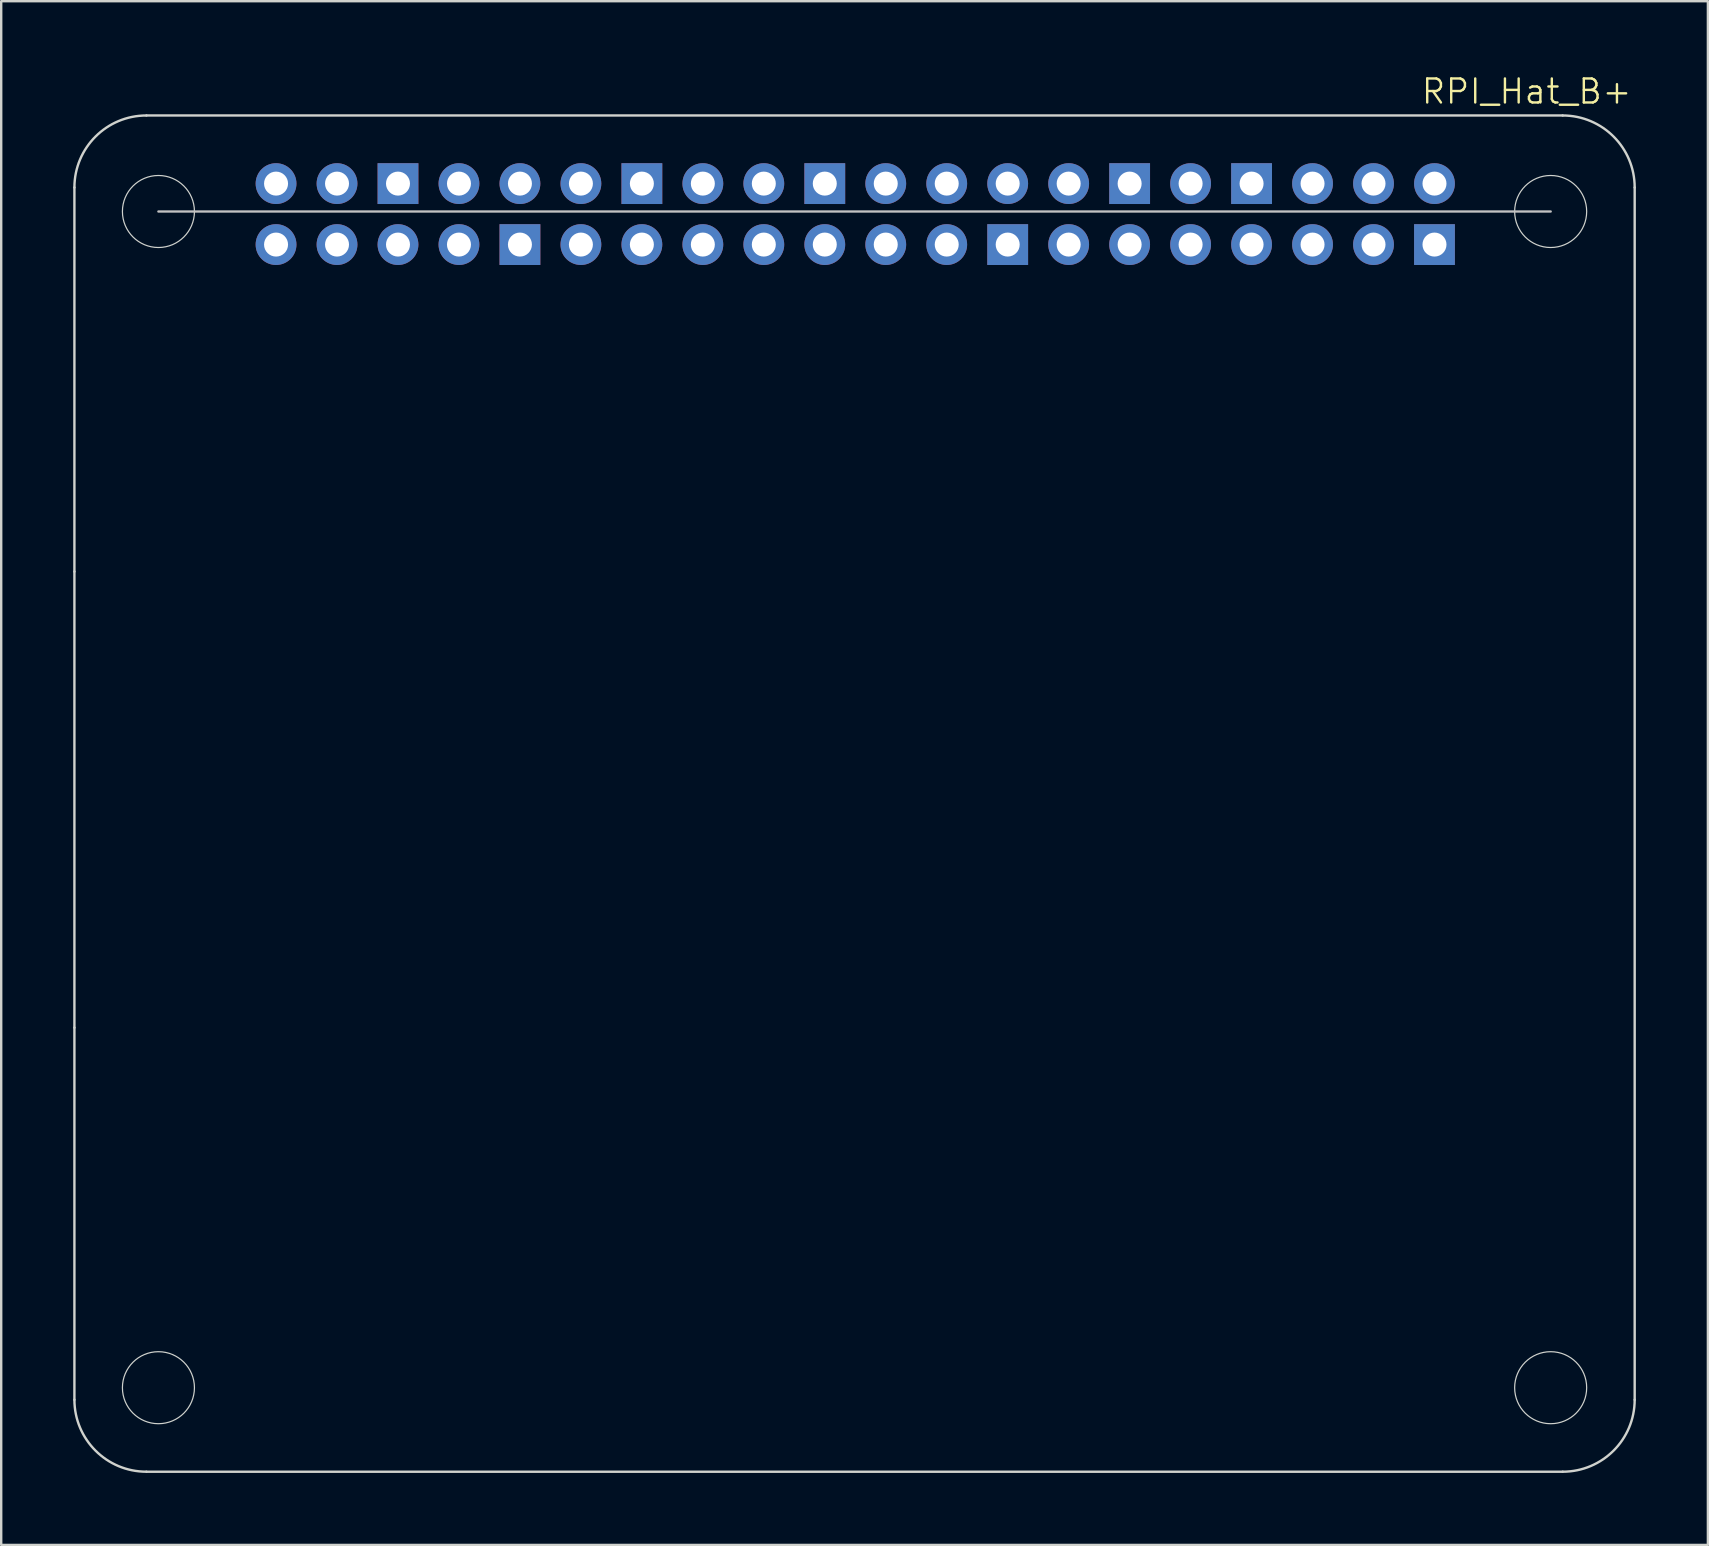
<source format=kicad_pcb>
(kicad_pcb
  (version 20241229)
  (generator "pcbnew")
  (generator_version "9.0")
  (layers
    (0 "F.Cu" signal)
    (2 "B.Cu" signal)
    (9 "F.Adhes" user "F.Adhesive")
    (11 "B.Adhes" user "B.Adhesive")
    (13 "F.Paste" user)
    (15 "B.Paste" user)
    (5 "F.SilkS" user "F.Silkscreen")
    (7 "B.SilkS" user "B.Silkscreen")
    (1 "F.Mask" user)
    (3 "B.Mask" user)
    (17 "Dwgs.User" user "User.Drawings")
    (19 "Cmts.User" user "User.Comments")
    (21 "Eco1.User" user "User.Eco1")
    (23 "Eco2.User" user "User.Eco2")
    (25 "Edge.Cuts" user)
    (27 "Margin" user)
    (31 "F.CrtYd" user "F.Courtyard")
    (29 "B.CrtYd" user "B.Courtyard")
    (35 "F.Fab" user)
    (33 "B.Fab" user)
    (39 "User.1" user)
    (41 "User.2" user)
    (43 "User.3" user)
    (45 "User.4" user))
  (footprint "RPI_Hat_B+"
    (layer "F.Cu")
    (at 32.55 5.761)
    (property "Reference" "RPI_Hat_B+" (at 28 -5 0) (unlocked yes) (layer "F.SilkS") (effects (font (size 1 1) (thickness 0.1))))
    (attr through_hole)
    (fp_line (start -29 0) (end 29 0) (stroke (width 0.1) (type default)) (layer "Dwgs.User"))
    (fp_line (start -32.5 -1) (end -32.5 15) (stroke (width 0.1) (type solid)) (layer "Edge.Cuts"))
    (fp_line (start -32.5 15) (end -32.5 34) (stroke (width 0.1) (type default)) (layer "Edge.Cuts"))
    (fp_line (start -32.5 34) (end -32.5 49.5) (stroke (width 0.1) (type solid)) (layer "Edge.Cuts"))
    (fp_line (start -29.5 -4) (end 29.5 -4) (stroke (width 0.1) (type solid)) (layer "Edge.Cuts"))
    (fp_line (start -29.5 52.5) (end 29.5 52.5) (stroke (width 0.1) (type solid)) (layer "Edge.Cuts"))
    (fp_line (start 32.5 -1) (end 32.5 49.5) (stroke (width 0.1) (type solid)) (layer "Edge.Cuts"))
    (fp_arc (start -32.5 -1) (mid -31.62132 -3.12132) (end -29.5 -4) (stroke (width 0.1) (type solid)) (layer "Edge.Cuts"))
    (fp_arc (start -29.5 52.5) (mid -31.62132 51.62132) (end -32.5 49.5) (stroke (width 0.1) (type solid)) (layer "Edge.Cuts"))
    (fp_arc (start 29.5 -4) (mid 31.62132 -3.12132) (end 32.5 -1) (stroke (width 0.1) (type solid)) (layer "Edge.Cuts"))
    (fp_arc (start 32.5 49.5) (mid 31.62132 51.62132) (end 29.5 52.5) (stroke (width 0.1) (type solid)) (layer "Edge.Cuts"))
    (fp_circle (center -29 0) (end -30.5 -0.000001) (stroke (width 0.05) (type default)) (fill no) (layer "Edge.Cuts"))
    (fp_circle (center -29 49) (end -30.5 49) (stroke (width 0.05) (type default)) (fill no) (layer "Edge.Cuts"))
    (fp_circle (center 29 0) (end 30.5 -0.000001) (stroke (width 0.05) (type default)) (fill no) (layer "Edge.Cuts"))
    (fp_circle (center 29 49) (end 30.5 49) (stroke (width 0.05) (type default)) (fill no) (layer "Edge.Cuts"))
    (pad "1" thru_hole circle (at -24.1 1.378 90) (size 1.7 1.7) (drill 1) (layers "*.Cu" "*.Mask"))
    (pad "2" thru_hole oval (at -24.1 -1.162 90) (size 1.7 1.7) (drill 1) (layers "*.Cu" "*.Mask"))
    (pad "3" thru_hole oval (at -21.56 1.378 90) (size 1.7 1.7) (drill 1) (layers "*.Cu" "*.Mask"))
    (pad "4" thru_hole oval (at -21.56 -1.162 90) (size 1.7 1.7) (drill 1) (layers "*.Cu" "*.Mask"))
    (pad "5" thru_hole oval (at -19.02 1.378 90) (size 1.7 1.7) (drill 1) (layers "*.Cu" "*.Mask"))
    (pad "6" thru_hole rect (at -19.02 -1.162 90) (size 1.7 1.7) (drill 1) (layers "*.Cu" "*.Mask"))
    (pad "7" thru_hole oval (at -16.48 1.378 90) (size 1.7 1.7) (drill 1) (layers "*.Cu" "*.Mask"))
    (pad "8" thru_hole oval (at -16.48 -1.162 90) (size 1.7 1.7) (drill 1) (layers "*.Cu" "*.Mask"))
    (pad "9" thru_hole rect (at -13.94 1.378 90) (size 1.7 1.7) (drill 1) (layers "*.Cu" "*.Mask"))
    (pad "10" thru_hole oval (at -13.94 -1.162 90) (size 1.7 1.7) (drill 1) (layers "*.Cu" "*.Mask"))
    (pad "11" thru_hole oval (at -11.4 1.378 90) (size 1.7 1.7) (drill 1) (layers "*.Cu" "*.Mask"))
    (pad "12" thru_hole oval (at -11.4 -1.162 90) (size 1.7 1.7) (drill 1) (layers "*.Cu" "*.Mask"))
    (pad "13" thru_hole oval (at -8.86 1.378 90) (size 1.7 1.7) (drill 1) (layers "*.Cu" "*.Mask"))
    (pad "14" thru_hole rect (at -8.86 -1.162 90) (size 1.7 1.7) (drill 1) (layers "*.Cu" "*.Mask"))
    (pad "15" thru_hole oval (at -6.32 1.378 90) (size 1.7 1.7) (drill 1) (layers "*.Cu" "*.Mask"))
    (pad "16" thru_hole oval (at -6.32 -1.162 90) (size 1.7 1.7) (drill 1) (layers "*.Cu" "*.Mask"))
    (pad "17" thru_hole oval (at -3.78 1.378 90) (size 1.7 1.7) (drill 1) (layers "*.Cu" "*.Mask"))
    (pad "18" thru_hole oval (at -3.78 -1.162 90) (size 1.7 1.7) (drill 1) (layers "*.Cu" "*.Mask"))
    (pad "19" thru_hole oval (at -1.24 1.378 90) (size 1.7 1.7) (drill 1) (layers "*.Cu" "*.Mask"))
    (pad "20" thru_hole rect (at -1.24 -1.162 90) (size 1.7 1.7) (drill 1) (layers "*.Cu" "*.Mask"))
    (pad "21" thru_hole oval (at 1.3 1.378 90) (size 1.7 1.7) (drill 1) (layers "*.Cu" "*.Mask"))
    (pad "22" thru_hole oval (at 1.3 -1.162 90) (size 1.7 1.7) (drill 1) (layers "*.Cu" "*.Mask"))
    (pad "23" thru_hole oval (at 3.84 1.378 90) (size 1.7 1.7) (drill 1) (layers "*.Cu" "*.Mask"))
    (pad "24" thru_hole oval (at 3.84 -1.162 90) (size 1.7 1.7) (drill 1) (layers "*.Cu" "*.Mask"))
    (pad "25" thru_hole rect (at 6.38 1.378 90) (size 1.7 1.7) (drill 1) (layers "*.Cu" "*.Mask"))
    (pad "26" thru_hole oval (at 6.38 -1.162 90) (size 1.7 1.7) (drill 1) (layers "*.Cu" "*.Mask"))
    (pad "27" thru_hole oval (at 8.92 1.378 90) (size 1.7 1.7) (drill 1) (layers "*.Cu" "*.Mask"))
    (pad "28" thru_hole oval (at 8.92 -1.162 90) (size 1.7 1.7) (drill 1) (layers "*.Cu" "*.Mask"))
    (pad "29" thru_hole oval (at 11.46 1.378 90) (size 1.7 1.7) (drill 1) (layers "*.Cu" "*.Mask"))
    (pad "30" thru_hole rect (at 11.46 -1.162 90) (size 1.7 1.7) (drill 1) (layers "*.Cu" "*.Mask"))
    (pad "31" thru_hole oval (at 14 1.378 90) (size 1.7 1.7) (drill 1) (layers "*.Cu" "*.Mask"))
    (pad "32" thru_hole oval (at 14 -1.162 90) (size 1.7 1.7) (drill 1) (layers "*.Cu" "*.Mask"))
    (pad "33" thru_hole oval (at 16.54 1.378 90) (size 1.7 1.7) (drill 1) (layers "*.Cu" "*.Mask"))
    (pad "34" thru_hole rect (at 16.54 -1.162 90) (size 1.7 1.7) (drill 1) (layers "*.Cu" "*.Mask"))
    (pad "35" thru_hole oval (at 19.08 1.378 90) (size 1.7 1.7) (drill 1) (layers "*.Cu" "*.Mask"))
    (pad "36" thru_hole oval (at 19.08 -1.162 90) (size 1.7 1.7) (drill 1) (layers "*.Cu" "*.Mask"))
    (pad "37" thru_hole oval (at 21.62 1.378 90) (size 1.7 1.7) (drill 1) (layers "*.Cu" "*.Mask"))
    (pad "38" thru_hole oval (at 21.62 -1.162 90) (size 1.7 1.7) (drill 1) (layers "*.Cu" "*.Mask"))
    (pad "39" thru_hole rect (at 24.16 1.378 90) (size 1.7 1.7) (drill 1) (layers "*.Cu" "*.Mask"))
    (pad "40" thru_hole oval (at 24.16 -1.162 90) (size 1.7 1.7) (drill 1) (layers "*.Cu" "*.Mask")))
  (gr_rect
    (start -3 -3)
    (end 68.1 61.31)
    (stroke (width 0.1) (type default))
    (fill no)
    (layer "Edge.Cuts")))
</source>
